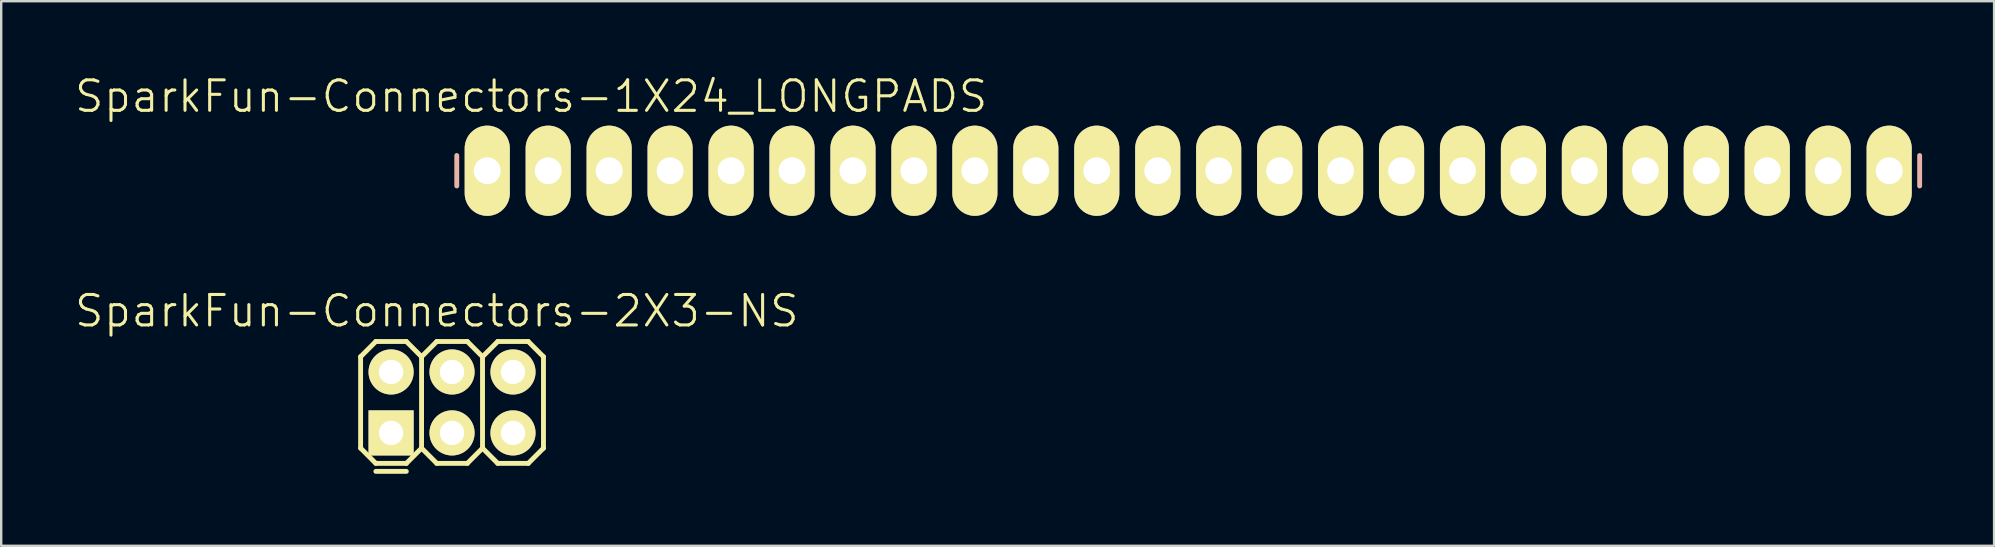
<source format=kicad_pcb>
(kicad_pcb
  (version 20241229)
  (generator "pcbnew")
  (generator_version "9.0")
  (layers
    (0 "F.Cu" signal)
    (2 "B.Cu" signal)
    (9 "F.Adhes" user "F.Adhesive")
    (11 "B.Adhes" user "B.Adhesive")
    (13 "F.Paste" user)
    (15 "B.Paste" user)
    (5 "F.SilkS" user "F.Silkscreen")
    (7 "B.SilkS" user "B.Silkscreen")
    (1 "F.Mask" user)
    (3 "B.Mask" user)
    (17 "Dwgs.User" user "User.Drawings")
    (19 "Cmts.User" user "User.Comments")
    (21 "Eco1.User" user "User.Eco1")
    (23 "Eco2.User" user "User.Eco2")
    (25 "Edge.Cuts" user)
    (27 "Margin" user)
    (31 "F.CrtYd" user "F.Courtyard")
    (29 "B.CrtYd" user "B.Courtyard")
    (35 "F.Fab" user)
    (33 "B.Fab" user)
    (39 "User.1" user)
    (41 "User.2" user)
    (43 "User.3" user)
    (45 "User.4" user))
  (footprint "SparkFun-Connectors-2X3-NS"
    (layer "F.Cu")
    (at 15.787 13.72)
    (property "Reference" "SparkFun-Connectors-2X3-NS" (at -0.635 -3.81 0) (layer "F.SilkS") (effects (font (size 1.27 1.27) (thickness 0.127))))
    (attr exclude_from_pos_files exclude_from_bom)
    (fp_line (start -3.81 -1.905) (end -3.175 -2.54) (stroke (width 0.203) (type solid)) (layer "F.SilkS"))
    (fp_line (start -3.81 1.905) (end -3.81 -1.905) (stroke (width 0.203) (type solid)) (layer "F.SilkS"))
    (fp_line (start -3.81 1.905) (end -3.175 2.54) (stroke (width 0.203) (type solid)) (layer "F.SilkS"))
    (fp_line (start -3.175 -2.54) (end -1.905 -2.54) (stroke (width 0.203) (type solid)) (layer "F.SilkS"))
    (fp_line (start -3.175 2.54) (end -1.905 2.54) (stroke (width 0.203) (type solid)) (layer "F.SilkS"))
    (fp_line (start -2.794 -1.524) (end -2.286 -1.524) (stroke (width 0.066) (type solid)) (layer "F.SilkS"))
    (fp_line (start -2.794 -1.016) (end -2.794 -1.524) (stroke (width 0.066) (type solid)) (layer "F.SilkS"))
    (fp_line (start -2.794 -1.016) (end -2.286 -1.016) (stroke (width 0.066) (type solid)) (layer "F.SilkS"))
    (fp_line (start -2.794 1.016) (end -2.286 1.016) (stroke (width 0.066) (type solid)) (layer "F.SilkS"))
    (fp_line (start -2.794 1.524) (end -2.794 1.016) (stroke (width 0.066) (type solid)) (layer "F.SilkS"))
    (fp_line (start -2.794 1.524) (end -2.286 1.524) (stroke (width 0.066) (type solid)) (layer "F.SilkS"))
    (fp_line (start -2.286 -1.016) (end -2.286 -1.524) (stroke (width 0.066) (type solid)) (layer "F.SilkS"))
    (fp_line (start -2.286 1.524) (end -2.286 1.016) (stroke (width 0.066) (type solid)) (layer "F.SilkS"))
    (fp_line (start -1.905 -2.54) (end -1.27 -1.905) (stroke (width 0.203) (type solid)) (layer "F.SilkS"))
    (fp_line (start -1.905 2.54) (end -1.27 1.905) (stroke (width 0.203) (type solid)) (layer "F.SilkS"))
    (fp_line (start -1.905 2.873) (end -3.175 2.873) (stroke (width 0.203) (type solid)) (layer "F.SilkS"))
    (fp_line (start -1.27 -1.905) (end -1.27 1.905) (stroke (width 0.203) (type solid)) (layer "F.SilkS"))
    (fp_line (start -1.27 -1.905) (end -0.635 -2.54) (stroke (width 0.203) (type solid)) (layer "F.SilkS"))
    (fp_line (start -1.27 1.905) (end -0.635 2.54) (stroke (width 0.203) (type solid)) (layer "F.SilkS"))
    (fp_line (start -0.635 -2.54) (end 0.635 -2.54) (stroke (width 0.203) (type solid)) (layer "F.SilkS"))
    (fp_line (start -0.635 2.54) (end 0.635 2.54) (stroke (width 0.203) (type solid)) (layer "F.SilkS"))
    (fp_line (start -0.254 -1.524) (end 0.254 -1.524) (stroke (width 0.066) (type solid)) (layer "F.SilkS"))
    (fp_line (start -0.254 -1.016) (end -0.254 -1.524) (stroke (width 0.066) (type solid)) (layer "F.SilkS"))
    (fp_line (start -0.254 -1.016) (end 0.254 -1.016) (stroke (width 0.066) (type solid)) (layer "F.SilkS"))
    (fp_line (start -0.254 1.016) (end 0.254 1.016) (stroke (width 0.066) (type solid)) (layer "F.SilkS"))
    (fp_line (start -0.254 1.524) (end -0.254 1.016) (stroke (width 0.066) (type solid)) (layer "F.SilkS"))
    (fp_line (start -0.254 1.524) (end 0.254 1.524) (stroke (width 0.066) (type solid)) (layer "F.SilkS"))
    (fp_line (start 0.254 -1.016) (end 0.254 -1.524) (stroke (width 0.066) (type solid)) (layer "F.SilkS"))
    (fp_line (start 0.254 1.524) (end 0.254 1.016) (stroke (width 0.066) (type solid)) (layer "F.SilkS"))
    (fp_line (start 0.635 -2.54) (end 1.27 -1.905) (stroke (width 0.203) (type solid)) (layer "F.SilkS"))
    (fp_line (start 0.635 2.54) (end 1.27 1.905) (stroke (width 0.203) (type solid)) (layer "F.SilkS"))
    (fp_line (start 1.27 -1.905) (end 1.27 1.905) (stroke (width 0.203) (type solid)) (layer "F.SilkS"))
    (fp_line (start 1.27 -1.905) (end 1.905 -2.54) (stroke (width 0.203) (type solid)) (layer "F.SilkS"))
    (fp_line (start 1.27 1.905) (end 1.905 2.54) (stroke (width 0.203) (type solid)) (layer "F.SilkS"))
    (fp_line (start 1.905 -2.54) (end 3.175 -2.54) (stroke (width 0.203) (type solid)) (layer "F.SilkS"))
    (fp_line (start 1.905 2.54) (end 3.175 2.54) (stroke (width 0.203) (type solid)) (layer "F.SilkS"))
    (fp_line (start 2.286 -1.524) (end 2.794 -1.524) (stroke (width 0.066) (type solid)) (layer "F.SilkS"))
    (fp_line (start 2.286 -1.016) (end 2.286 -1.524) (stroke (width 0.066) (type solid)) (layer "F.SilkS"))
    (fp_line (start 2.286 -1.016) (end 2.794 -1.016) (stroke (width 0.066) (type solid)) (layer "F.SilkS"))
    (fp_line (start 2.286 1.016) (end 2.794 1.016) (stroke (width 0.066) (type solid)) (layer "F.SilkS"))
    (fp_line (start 2.286 1.524) (end 2.286 1.016) (stroke (width 0.066) (type solid)) (layer "F.SilkS"))
    (fp_line (start 2.286 1.524) (end 2.794 1.524) (stroke (width 0.066) (type solid)) (layer "F.SilkS"))
    (fp_line (start 2.794 -1.016) (end 2.794 -1.524) (stroke (width 0.066) (type solid)) (layer "F.SilkS"))
    (fp_line (start 2.794 1.524) (end 2.794 1.016) (stroke (width 0.066) (type solid)) (layer "F.SilkS"))
    (fp_line (start 3.175 -2.54) (end 3.81 -1.905) (stroke (width 0.203) (type solid)) (layer "F.SilkS"))
    (fp_line (start 3.175 2.54) (end 3.81 1.905) (stroke (width 0.203) (type solid)) (layer "F.SilkS"))
    (fp_line (start 3.81 -1.905) (end 3.81 1.905) (stroke (width 0.203) (type solid)) (layer "F.SilkS"))
    (pad "1" thru_hole rect (at -2.54 1.27) (size 1.88 1.88) (drill 1.016) (layers "*.Cu" "F.Mask" "F.SilkS" "F.Paste"))
    (pad "2" thru_hole circle (at -2.54 -1.27) (size 1.88 1.88) (drill 1.016) (layers "*.Cu" "F.Mask" "F.SilkS" "F.Paste"))
    (pad "3" thru_hole circle (at 0 1.27) (size 1.88 1.88) (drill 1.016) (layers "*.Cu" "F.Mask" "F.SilkS" "F.Paste"))
    (pad "4" thru_hole circle (at 0 -1.27) (size 1.88 1.88) (drill 1.016) (layers "*.Cu" "F.Mask" "F.SilkS" "F.Paste"))
    (pad "5" thru_hole circle (at 2.54 1.27) (size 1.88 1.88) (drill 1.016) (layers "*.Cu" "F.Mask" "F.SilkS" "F.Paste"))
    (pad "6" thru_hole circle (at 2.54 -1.27) (size 1.88 1.88) (drill 1.016) (layers "*.Cu" "F.Mask" "F.SilkS" "F.Paste")))
  (footprint "SparkFun-Connectors-1X24_LONGPADS"
    (layer "F.Cu")
    (at 43.924 4.065)
    (property "Reference" "SparkFun-Connectors-1X24_LONGPADS" (at -24.841 -3.099 0) (layer "F.SilkS") (effects (font (size 1.27 1.27) (thickness 0.127))))
    (attr exclude_from_pos_files exclude_from_bom)
    (fp_line (start -26.924 -0.254) (end -26.416 -0.254) (stroke (width 0.066) (type solid)) (layer "F.SilkS"))
    (fp_line (start -26.924 0.254) (end -26.924 -0.254) (stroke (width 0.066) (type solid)) (layer "F.SilkS"))
    (fp_line (start -26.924 0.254) (end -26.416 0.254) (stroke (width 0.066) (type solid)) (layer "F.SilkS"))
    (fp_line (start -26.416 0.254) (end -26.416 -0.254) (stroke (width 0.066) (type solid)) (layer "F.SilkS"))
    (fp_line (start -24.384 -0.254) (end -23.876 -0.254) (stroke (width 0.066) (type solid)) (layer "F.SilkS"))
    (fp_line (start -24.384 0.254) (end -24.384 -0.254) (stroke (width 0.066) (type solid)) (layer "F.SilkS"))
    (fp_line (start -24.384 0.254) (end -23.876 0.254) (stroke (width 0.066) (type solid)) (layer "F.SilkS"))
    (fp_line (start -23.876 0.254) (end -23.876 -0.254) (stroke (width 0.066) (type solid)) (layer "F.SilkS"))
    (fp_line (start -21.844 -0.254) (end -21.336 -0.254) (stroke (width 0.066) (type solid)) (layer "F.SilkS"))
    (fp_line (start -21.844 0.254) (end -21.844 -0.254) (stroke (width 0.066) (type solid)) (layer "F.SilkS"))
    (fp_line (start -21.844 0.254) (end -21.336 0.254) (stroke (width 0.066) (type solid)) (layer "F.SilkS"))
    (fp_line (start -21.336 0.254) (end -21.336 -0.254) (stroke (width 0.066) (type solid)) (layer "F.SilkS"))
    (fp_line (start -19.304 -0.254) (end -18.796 -0.254) (stroke (width 0.066) (type solid)) (layer "F.SilkS"))
    (fp_line (start -19.304 0.254) (end -19.304 -0.254) (stroke (width 0.066) (type solid)) (layer "F.SilkS"))
    (fp_line (start -19.304 0.254) (end -18.796 0.254) (stroke (width 0.066) (type solid)) (layer "F.SilkS"))
    (fp_line (start -18.796 0.254) (end -18.796 -0.254) (stroke (width 0.066) (type solid)) (layer "F.SilkS"))
    (fp_line (start -16.764 -0.254) (end -16.256 -0.254) (stroke (width 0.066) (type solid)) (layer "F.SilkS"))
    (fp_line (start -16.764 0.254) (end -16.764 -0.254) (stroke (width 0.066) (type solid)) (layer "F.SilkS"))
    (fp_line (start -16.764 0.254) (end -16.256 0.254) (stroke (width 0.066) (type solid)) (layer "F.SilkS"))
    (fp_line (start -16.256 0.254) (end -16.256 -0.254) (stroke (width 0.066) (type solid)) (layer "F.SilkS"))
    (fp_line (start -14.224 -0.254) (end -13.716 -0.254) (stroke (width 0.066) (type solid)) (layer "F.SilkS"))
    (fp_line (start -14.224 0.254) (end -14.224 -0.254) (stroke (width 0.066) (type solid)) (layer "F.SilkS"))
    (fp_line (start -14.224 0.254) (end -13.716 0.254) (stroke (width 0.066) (type solid)) (layer "F.SilkS"))
    (fp_line (start -13.716 0.254) (end -13.716 -0.254) (stroke (width 0.066) (type solid)) (layer "F.SilkS"))
    (fp_line (start -11.684 -0.254) (end -11.176 -0.254) (stroke (width 0.066) (type solid)) (layer "F.SilkS"))
    (fp_line (start -11.684 0.254) (end -11.684 -0.254) (stroke (width 0.066) (type solid)) (layer "F.SilkS"))
    (fp_line (start -11.684 0.254) (end -11.176 0.254) (stroke (width 0.066) (type solid)) (layer "F.SilkS"))
    (fp_line (start -11.176 0.254) (end -11.176 -0.254) (stroke (width 0.066) (type solid)) (layer "F.SilkS"))
    (fp_line (start -9.144 -0.254) (end -8.636 -0.254) (stroke (width 0.066) (type solid)) (layer "F.SilkS"))
    (fp_line (start -9.144 0.254) (end -9.144 -0.254) (stroke (width 0.066) (type solid)) (layer "F.SilkS"))
    (fp_line (start -9.144 0.254) (end -8.636 0.254) (stroke (width 0.066) (type solid)) (layer "F.SilkS"))
    (fp_line (start -8.636 0.254) (end -8.636 -0.254) (stroke (width 0.066) (type solid)) (layer "F.SilkS"))
    (fp_line (start -6.604 -0.254) (end -6.096 -0.254) (stroke (width 0.066) (type solid)) (layer "F.SilkS"))
    (fp_line (start -6.604 0.254) (end -6.604 -0.254) (stroke (width 0.066) (type solid)) (layer "F.SilkS"))
    (fp_line (start -6.604 0.254) (end -6.096 0.254) (stroke (width 0.066) (type solid)) (layer "F.SilkS"))
    (fp_line (start -6.096 0.254) (end -6.096 -0.254) (stroke (width 0.066) (type solid)) (layer "F.SilkS"))
    (fp_line (start -4.064 -0.254) (end -3.556 -0.254) (stroke (width 0.066) (type solid)) (layer "F.SilkS"))
    (fp_line (start -4.064 0.254) (end -4.064 -0.254) (stroke (width 0.066) (type solid)) (layer "F.SilkS"))
    (fp_line (start -4.064 0.254) (end -3.556 0.254) (stroke (width 0.066) (type solid)) (layer "F.SilkS"))
    (fp_line (start -3.556 0.254) (end -3.556 -0.254) (stroke (width 0.066) (type solid)) (layer "F.SilkS"))
    (fp_line (start -1.524 -0.254) (end -1.016 -0.254) (stroke (width 0.066) (type solid)) (layer "F.SilkS"))
    (fp_line (start -1.524 0.254) (end -1.524 -0.254) (stroke (width 0.066) (type solid)) (layer "F.SilkS"))
    (fp_line (start -1.524 0.254) (end -1.016 0.254) (stroke (width 0.066) (type solid)) (layer "F.SilkS"))
    (fp_line (start -1.016 0.254) (end -1.016 -0.254) (stroke (width 0.066) (type solid)) (layer "F.SilkS"))
    (fp_line (start 1.016 -0.254) (end 1.524 -0.254) (stroke (width 0.066) (type solid)) (layer "F.SilkS"))
    (fp_line (start 1.016 0.254) (end 1.016 -0.254) (stroke (width 0.066) (type solid)) (layer "F.SilkS"))
    (fp_line (start 1.016 0.254) (end 1.524 0.254) (stroke (width 0.066) (type solid)) (layer "F.SilkS"))
    (fp_line (start 1.524 0.254) (end 1.524 -0.254) (stroke (width 0.066) (type solid)) (layer "F.SilkS"))
    (fp_line (start 3.556 -0.254) (end 4.064 -0.254) (stroke (width 0.066) (type solid)) (layer "F.SilkS"))
    (fp_line (start 3.556 0.254) (end 3.556 -0.254) (stroke (width 0.066) (type solid)) (layer "F.SilkS"))
    (fp_line (start 3.556 0.254) (end 4.064 0.254) (stroke (width 0.066) (type solid)) (layer "F.SilkS"))
    (fp_line (start 4.064 0.254) (end 4.064 -0.254) (stroke (width 0.066) (type solid)) (layer "F.SilkS"))
    (fp_line (start 6.096 -0.254) (end 6.604 -0.254) (stroke (width 0.066) (type solid)) (layer "F.SilkS"))
    (fp_line (start 6.096 0.254) (end 6.096 -0.254) (stroke (width 0.066) (type solid)) (layer "F.SilkS"))
    (fp_line (start 6.096 0.254) (end 6.604 0.254) (stroke (width 0.066) (type solid)) (layer "F.SilkS"))
    (fp_line (start 6.604 0.254) (end 6.604 -0.254) (stroke (width 0.066) (type solid)) (layer "F.SilkS"))
    (fp_line (start 8.636 -0.254) (end 9.144 -0.254) (stroke (width 0.066) (type solid)) (layer "F.SilkS"))
    (fp_line (start 8.636 0.254) (end 8.636 -0.254) (stroke (width 0.066) (type solid)) (layer "F.SilkS"))
    (fp_line (start 8.636 0.254) (end 9.144 0.254) (stroke (width 0.066) (type solid)) (layer "F.SilkS"))
    (fp_line (start 9.144 0.254) (end 9.144 -0.254) (stroke (width 0.066) (type solid)) (layer "F.SilkS"))
    (fp_line (start 11.176 -0.254) (end 11.684 -0.254) (stroke (width 0.066) (type solid)) (layer "F.SilkS"))
    (fp_line (start 11.176 0.254) (end 11.176 -0.254) (stroke (width 0.066) (type solid)) (layer "F.SilkS"))
    (fp_line (start 11.176 0.254) (end 11.684 0.254) (stroke (width 0.066) (type solid)) (layer "F.SilkS"))
    (fp_line (start 11.684 0.254) (end 11.684 -0.254) (stroke (width 0.066) (type solid)) (layer "F.SilkS"))
    (fp_line (start 13.716 -0.254) (end 14.224 -0.254) (stroke (width 0.066) (type solid)) (layer "F.SilkS"))
    (fp_line (start 13.716 0.254) (end 13.716 -0.254) (stroke (width 0.066) (type solid)) (layer "F.SilkS"))
    (fp_line (start 13.716 0.254) (end 14.224 0.254) (stroke (width 0.066) (type solid)) (layer "F.SilkS"))
    (fp_line (start 14.224 0.254) (end 14.224 -0.254) (stroke (width 0.066) (type solid)) (layer "F.SilkS"))
    (fp_line (start 16.256 -0.254) (end 16.764 -0.254) (stroke (width 0.066) (type solid)) (layer "F.SilkS"))
    (fp_line (start 16.256 0.254) (end 16.256 -0.254) (stroke (width 0.066) (type solid)) (layer "F.SilkS"))
    (fp_line (start 16.256 0.254) (end 16.764 0.254) (stroke (width 0.066) (type solid)) (layer "F.SilkS"))
    (fp_line (start 16.764 0.254) (end 16.764 -0.254) (stroke (width 0.066) (type solid)) (layer "F.SilkS"))
    (fp_line (start 18.796 -0.254) (end 19.304 -0.254) (stroke (width 0.066) (type solid)) (layer "F.SilkS"))
    (fp_line (start 18.796 0.254) (end 18.796 -0.254) (stroke (width 0.066) (type solid)) (layer "F.SilkS"))
    (fp_line (start 18.796 0.254) (end 19.304 0.254) (stroke (width 0.066) (type solid)) (layer "F.SilkS"))
    (fp_line (start 19.304 0.254) (end 19.304 -0.254) (stroke (width 0.066) (type solid)) (layer "F.SilkS"))
    (fp_line (start 21.336 -0.254) (end 21.844 -0.254) (stroke (width 0.066) (type solid)) (layer "F.SilkS"))
    (fp_line (start 21.336 0.254) (end 21.336 -0.254) (stroke (width 0.066) (type solid)) (layer "F.SilkS"))
    (fp_line (start 21.336 0.254) (end 21.844 0.254) (stroke (width 0.066) (type solid)) (layer "F.SilkS"))
    (fp_line (start 21.844 0.254) (end 21.844 -0.254) (stroke (width 0.066) (type solid)) (layer "F.SilkS"))
    (fp_line (start 23.876 -0.254) (end 24.384 -0.254) (stroke (width 0.066) (type solid)) (layer "F.SilkS"))
    (fp_line (start 23.876 0.254) (end 23.876 -0.254) (stroke (width 0.066) (type solid)) (layer "F.SilkS"))
    (fp_line (start 23.876 0.254) (end 24.384 0.254) (stroke (width 0.066) (type solid)) (layer "F.SilkS"))
    (fp_line (start 24.384 0.254) (end 24.384 -0.254) (stroke (width 0.066) (type solid)) (layer "F.SilkS"))
    (fp_line (start 26.416 -0.254) (end 26.924 -0.254) (stroke (width 0.066) (type solid)) (layer "F.SilkS"))
    (fp_line (start 26.416 0.254) (end 26.416 -0.254) (stroke (width 0.066) (type solid)) (layer "F.SilkS"))
    (fp_line (start 26.416 0.254) (end 26.924 0.254) (stroke (width 0.066) (type solid)) (layer "F.SilkS"))
    (fp_line (start 26.924 0.254) (end 26.924 -0.254) (stroke (width 0.066) (type solid)) (layer "F.SilkS"))
    (fp_line (start 28.953 -0.254) (end 29.464 -0.254) (stroke (width 0.066) (type solid)) (layer "F.SilkS"))
    (fp_line (start 28.953 0.254) (end 28.953 -0.254) (stroke (width 0.066) (type solid)) (layer "F.SilkS"))
    (fp_line (start 28.953 0.254) (end 29.464 0.254) (stroke (width 0.066) (type solid)) (layer "F.SilkS"))
    (fp_line (start 29.464 0.254) (end 29.464 -0.254) (stroke (width 0.066) (type solid)) (layer "F.SilkS"))
    (fp_line (start 31.496 -0.254) (end 32.004 -0.254) (stroke (width 0.066) (type solid)) (layer "F.SilkS"))
    (fp_line (start 31.496 0.254) (end 31.496 -0.254) (stroke (width 0.066) (type solid)) (layer "F.SilkS"))
    (fp_line (start 31.496 0.254) (end 32.004 0.254) (stroke (width 0.066) (type solid)) (layer "F.SilkS"))
    (fp_line (start 32.004 0.254) (end 32.004 -0.254) (stroke (width 0.066) (type solid)) (layer "F.SilkS"))
    (fp_line (start -27.94 -0.635) (end -27.94 0.635) (stroke (width 0.203) (type solid)) (layer "B.SilkS"))
    (fp_line (start 33.02 -0.635) (end 33.02 0.635) (stroke (width 0.203) (type solid)) (layer "B.SilkS"))
    (pad "2" thru_hole oval (at -26.67 0 180) (size 1.88 3.759) (drill 1.118) (layers "*.Cu" "F.Mask" "F.SilkS" "F.Paste"))
    (pad "3" thru_hole oval (at -24.13 0 180) (size 1.88 3.759) (drill 1.118) (layers "*.Cu" "F.Mask" "F.SilkS" "F.Paste"))
    (pad "4" thru_hole oval (at -21.59 0 180) (size 1.88 3.759) (drill 1.118) (layers "*.Cu" "F.Mask" "F.SilkS" "F.Paste"))
    (pad "5" thru_hole oval (at -19.05 0 180) (size 1.88 3.759) (drill 1.118) (layers "*.Cu" "F.Mask" "F.SilkS" "F.Paste"))
    (pad "6" thru_hole oval (at -16.51 0 180) (size 1.88 3.759) (drill 1.118) (layers "*.Cu" "F.Mask" "F.SilkS" "F.Paste"))
    (pad "7" thru_hole oval (at -13.97 0 180) (size 1.88 3.759) (drill 1.118) (layers "*.Cu" "F.Mask" "F.SilkS" "F.Paste"))
    (pad "8" thru_hole oval (at -11.43 0 180) (size 1.88 3.759) (drill 1.118) (layers "*.Cu" "F.Mask" "F.SilkS" "F.Paste"))
    (pad "9" thru_hole oval (at -8.89 0 180) (size 1.88 3.759) (drill 1.118) (layers "*.Cu" "F.Mask" "F.SilkS" "F.Paste"))
    (pad "10" thru_hole oval (at -6.35 0 180) (size 1.88 3.759) (drill 1.118) (layers "*.Cu" "F.Mask" "F.SilkS" "F.Paste"))
    (pad "11" thru_hole oval (at -3.81 0 180) (size 1.88 3.759) (drill 1.118) (layers "*.Cu" "F.Mask" "F.SilkS" "F.Paste"))
    (pad "12" thru_hole oval (at -1.27 0 180) (size 1.88 3.759) (drill 1.118) (layers "*.Cu" "F.Mask" "F.SilkS" "F.Paste"))
    (pad "13" thru_hole oval (at 1.27 0 180) (size 1.88 3.759) (drill 1.118) (layers "*.Cu" "F.Mask" "F.SilkS" "F.Paste"))
    (pad "14" thru_hole oval (at 3.81 0 180) (size 1.88 3.759) (drill 1.118) (layers "*.Cu" "F.Mask" "F.SilkS" "F.Paste"))
    (pad "15" thru_hole oval (at 6.35 0 180) (size 1.88 3.759) (drill 1.118) (layers "*.Cu" "F.Mask" "F.SilkS" "F.Paste"))
    (pad "16" thru_hole oval (at 8.89 0 180) (size 1.88 3.759) (drill 1.118) (layers "*.Cu" "F.Mask" "F.SilkS" "F.Paste"))
    (pad "17" thru_hole oval (at 11.43 0 180) (size 1.88 3.759) (drill 1.118) (layers "*.Cu" "F.Mask" "F.SilkS" "F.Paste"))
    (pad "18" thru_hole oval (at 13.97 0 180) (size 1.88 3.759) (drill 1.118) (layers "*.Cu" "F.Mask" "F.SilkS" "F.Paste"))
    (pad "19" thru_hole oval (at 16.51 0 180) (size 1.88 3.759) (drill 1.118) (layers "*.Cu" "F.Mask" "F.SilkS" "F.Paste"))
    (pad "20" thru_hole oval (at 19.05 0 180) (size 1.88 3.759) (drill 1.118) (layers "*.Cu" "F.Mask" "F.SilkS" "F.Paste"))
    (pad "21" thru_hole oval (at 21.59 0 180) (size 1.88 3.759) (drill 1.118) (layers "*.Cu" "F.Mask" "F.SilkS" "F.Paste"))
    (pad "22" thru_hole oval (at 24.13 0 180) (size 1.88 3.759) (drill 1.118) (layers "*.Cu" "F.Mask" "F.SilkS" "F.Paste"))
    (pad "23" thru_hole oval (at 26.67 0 180) (size 1.88 3.759) (drill 1.118) (layers "*.Cu" "F.Mask" "F.SilkS" "F.Paste"))
    (pad "24" thru_hole oval (at 29.21 0 180) (size 1.88 3.759) (drill 1.118) (layers "*.Cu" "F.Mask" "F.SilkS" "F.Paste"))
    (pad "25" thru_hole oval (at 31.75 0 180) (size 1.88 3.759) (drill 1.118) (layers "*.Cu" "F.Mask" "F.SilkS" "F.Paste")))
  (gr_rect
    (start -3 -3)
    (end 80.046 19.694)
    (stroke (width 0.1) (type default))
    (fill no)
    (layer "Edge.Cuts")))
</source>
